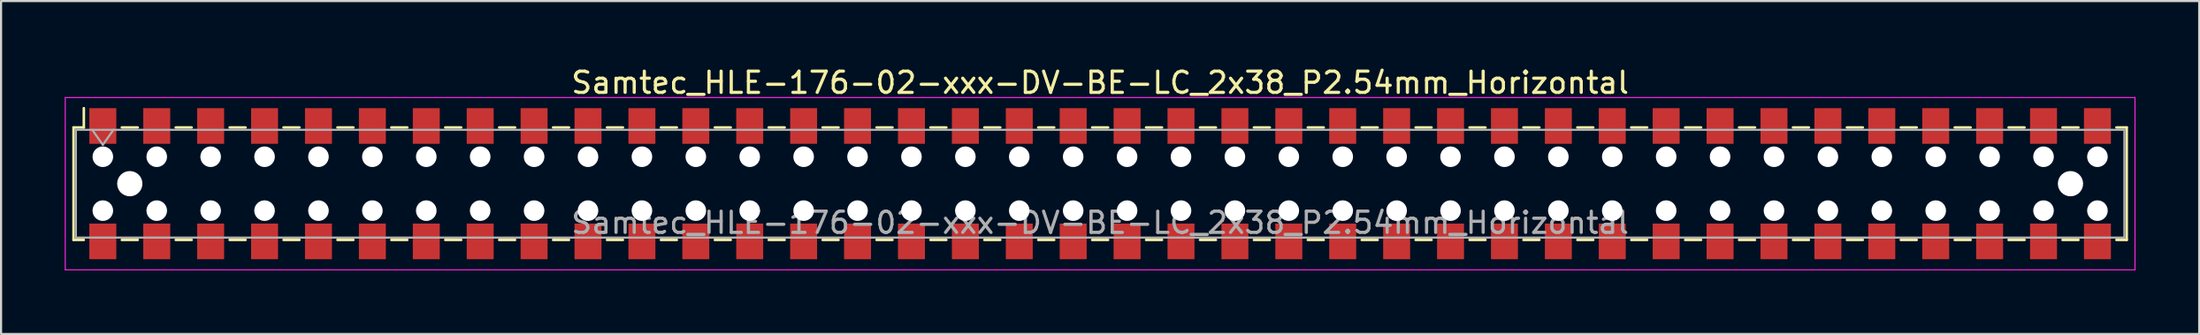
<source format=kicad_pcb>
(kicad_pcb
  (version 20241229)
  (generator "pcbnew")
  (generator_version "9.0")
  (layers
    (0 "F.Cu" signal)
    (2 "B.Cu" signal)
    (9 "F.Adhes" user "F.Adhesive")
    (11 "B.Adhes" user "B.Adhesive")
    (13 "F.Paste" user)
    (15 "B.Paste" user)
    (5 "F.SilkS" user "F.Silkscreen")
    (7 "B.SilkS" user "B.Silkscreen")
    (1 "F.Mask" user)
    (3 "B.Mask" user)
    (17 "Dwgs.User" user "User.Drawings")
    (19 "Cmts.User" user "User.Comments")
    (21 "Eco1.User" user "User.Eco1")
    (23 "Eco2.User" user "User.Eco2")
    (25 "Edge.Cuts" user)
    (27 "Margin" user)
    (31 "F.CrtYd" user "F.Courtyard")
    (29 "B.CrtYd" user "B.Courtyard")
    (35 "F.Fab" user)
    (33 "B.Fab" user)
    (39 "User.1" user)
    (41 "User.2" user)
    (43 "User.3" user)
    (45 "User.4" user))
  (footprint "Samtec_HLE-176-02-xxx-DV-BE-LC_2x38_P2.54mm_Horizontal"
    (layer "F.Cu")
    (at 48.785 5.608)
    (property "Reference" "Samtec_HLE-176-02-xxx-DV-BE-LC_2x38_P2.54mm_Horizontal" (at 0 -4.76 0) (layer "F.SilkS") (effects (font (size 1 1) (thickness 0.15))))
    (attr smd)
    (fp_line (start -48.37 -2.65) (end -48.37 2.65) (stroke (width 0.12) (type solid)) (layer "F.SilkS"))
    (fp_line (start -48.37 2.65) (end -47.885 2.65) (stroke (width 0.12) (type solid)) (layer "F.SilkS"))
    (fp_line (start -47.885 -3.56) (end -47.885 -2.65) (stroke (width 0.12) (type solid)) (layer "F.SilkS"))
    (fp_line (start -47.885 -2.65) (end -48.37 -2.65) (stroke (width 0.12) (type solid)) (layer "F.SilkS"))
    (fp_line (start -46.095 -2.65) (end -45.345 -2.65) (stroke (width 0.12) (type solid)) (layer "F.SilkS"))
    (fp_line (start -46.095 2.65) (end -45.345 2.65) (stroke (width 0.12) (type solid)) (layer "F.SilkS"))
    (fp_line (start -43.555 -2.65) (end -42.805 -2.65) (stroke (width 0.12) (type solid)) (layer "F.SilkS"))
    (fp_line (start -43.555 2.65) (end -42.805 2.65) (stroke (width 0.12) (type solid)) (layer "F.SilkS"))
    (fp_line (start -41.015 -2.65) (end -40.265 -2.65) (stroke (width 0.12) (type solid)) (layer "F.SilkS"))
    (fp_line (start -41.015 2.65) (end -40.265 2.65) (stroke (width 0.12) (type solid)) (layer "F.SilkS"))
    (fp_line (start -38.475 -2.65) (end -37.725 -2.65) (stroke (width 0.12) (type solid)) (layer "F.SilkS"))
    (fp_line (start -38.475 2.65) (end -37.725 2.65) (stroke (width 0.12) (type solid)) (layer "F.SilkS"))
    (fp_line (start -35.935 -2.65) (end -35.185 -2.65) (stroke (width 0.12) (type solid)) (layer "F.SilkS"))
    (fp_line (start -35.935 2.65) (end -35.185 2.65) (stroke (width 0.12) (type solid)) (layer "F.SilkS"))
    (fp_line (start -33.395 -2.65) (end -32.645 -2.65) (stroke (width 0.12) (type solid)) (layer "F.SilkS"))
    (fp_line (start -33.395 2.65) (end -32.645 2.65) (stroke (width 0.12) (type solid)) (layer "F.SilkS"))
    (fp_line (start -30.855 -2.65) (end -30.105 -2.65) (stroke (width 0.12) (type solid)) (layer "F.SilkS"))
    (fp_line (start -30.855 2.65) (end -30.105 2.65) (stroke (width 0.12) (type solid)) (layer "F.SilkS"))
    (fp_line (start -28.315 -2.65) (end -27.565 -2.65) (stroke (width 0.12) (type solid)) (layer "F.SilkS"))
    (fp_line (start -28.315 2.65) (end -27.565 2.65) (stroke (width 0.12) (type solid)) (layer "F.SilkS"))
    (fp_line (start -25.775 -2.65) (end -25.025 -2.65) (stroke (width 0.12) (type solid)) (layer "F.SilkS"))
    (fp_line (start -25.775 2.65) (end -25.025 2.65) (stroke (width 0.12) (type solid)) (layer "F.SilkS"))
    (fp_line (start -23.235 -2.65) (end -22.485 -2.65) (stroke (width 0.12) (type solid)) (layer "F.SilkS"))
    (fp_line (start -23.235 2.65) (end -22.485 2.65) (stroke (width 0.12) (type solid)) (layer "F.SilkS"))
    (fp_line (start -20.695 -2.65) (end -19.945 -2.65) (stroke (width 0.12) (type solid)) (layer "F.SilkS"))
    (fp_line (start -20.695 2.65) (end -19.945 2.65) (stroke (width 0.12) (type solid)) (layer "F.SilkS"))
    (fp_line (start -18.155 -2.65) (end -17.405 -2.65) (stroke (width 0.12) (type solid)) (layer "F.SilkS"))
    (fp_line (start -18.155 2.65) (end -17.405 2.65) (stroke (width 0.12) (type solid)) (layer "F.SilkS"))
    (fp_line (start -15.615 -2.65) (end -14.865 -2.65) (stroke (width 0.12) (type solid)) (layer "F.SilkS"))
    (fp_line (start -15.615 2.65) (end -14.865 2.65) (stroke (width 0.12) (type solid)) (layer "F.SilkS"))
    (fp_line (start -13.075 -2.65) (end -12.325 -2.65) (stroke (width 0.12) (type solid)) (layer "F.SilkS"))
    (fp_line (start -13.075 2.65) (end -12.325 2.65) (stroke (width 0.12) (type solid)) (layer "F.SilkS"))
    (fp_line (start -10.535 -2.65) (end -9.785 -2.65) (stroke (width 0.12) (type solid)) (layer "F.SilkS"))
    (fp_line (start -10.535 2.65) (end -9.785 2.65) (stroke (width 0.12) (type solid)) (layer "F.SilkS"))
    (fp_line (start -7.995 -2.65) (end -7.245 -2.65) (stroke (width 0.12) (type solid)) (layer "F.SilkS"))
    (fp_line (start -7.995 2.65) (end -7.245 2.65) (stroke (width 0.12) (type solid)) (layer "F.SilkS"))
    (fp_line (start -5.455 -2.65) (end -4.705 -2.65) (stroke (width 0.12) (type solid)) (layer "F.SilkS"))
    (fp_line (start -5.455 2.65) (end -4.705 2.65) (stroke (width 0.12) (type solid)) (layer "F.SilkS"))
    (fp_line (start -2.915 -2.65) (end -2.165 -2.65) (stroke (width 0.12) (type solid)) (layer "F.SilkS"))
    (fp_line (start -2.915 2.65) (end -2.165 2.65) (stroke (width 0.12) (type solid)) (layer "F.SilkS"))
    (fp_line (start -0.375 -2.65) (end 0.375 -2.65) (stroke (width 0.12) (type solid)) (layer "F.SilkS"))
    (fp_line (start -0.375 2.65) (end 0.375 2.65) (stroke (width 0.12) (type solid)) (layer "F.SilkS"))
    (fp_line (start 2.165 -2.65) (end 2.915 -2.65) (stroke (width 0.12) (type solid)) (layer "F.SilkS"))
    (fp_line (start 2.165 2.65) (end 2.915 2.65) (stroke (width 0.12) (type solid)) (layer "F.SilkS"))
    (fp_line (start 4.705 -2.65) (end 5.455 -2.65) (stroke (width 0.12) (type solid)) (layer "F.SilkS"))
    (fp_line (start 4.705 2.65) (end 5.455 2.65) (stroke (width 0.12) (type solid)) (layer "F.SilkS"))
    (fp_line (start 7.245 -2.65) (end 7.995 -2.65) (stroke (width 0.12) (type solid)) (layer "F.SilkS"))
    (fp_line (start 7.245 2.65) (end 7.995 2.65) (stroke (width 0.12) (type solid)) (layer "F.SilkS"))
    (fp_line (start 9.785 -2.65) (end 10.535 -2.65) (stroke (width 0.12) (type solid)) (layer "F.SilkS"))
    (fp_line (start 9.785 2.65) (end 10.535 2.65) (stroke (width 0.12) (type solid)) (layer "F.SilkS"))
    (fp_line (start 12.325 -2.65) (end 13.075 -2.65) (stroke (width 0.12) (type solid)) (layer "F.SilkS"))
    (fp_line (start 12.325 2.65) (end 13.075 2.65) (stroke (width 0.12) (type solid)) (layer "F.SilkS"))
    (fp_line (start 14.865 -2.65) (end 15.615 -2.65) (stroke (width 0.12) (type solid)) (layer "F.SilkS"))
    (fp_line (start 14.865 2.65) (end 15.615 2.65) (stroke (width 0.12) (type solid)) (layer "F.SilkS"))
    (fp_line (start 17.405 -2.65) (end 18.155 -2.65) (stroke (width 0.12) (type solid)) (layer "F.SilkS"))
    (fp_line (start 17.405 2.65) (end 18.155 2.65) (stroke (width 0.12) (type solid)) (layer "F.SilkS"))
    (fp_line (start 19.945 -2.65) (end 20.695 -2.65) (stroke (width 0.12) (type solid)) (layer "F.SilkS"))
    (fp_line (start 19.945 2.65) (end 20.695 2.65) (stroke (width 0.12) (type solid)) (layer "F.SilkS"))
    (fp_line (start 22.485 -2.65) (end 23.235 -2.65) (stroke (width 0.12) (type solid)) (layer "F.SilkS"))
    (fp_line (start 22.485 2.65) (end 23.235 2.65) (stroke (width 0.12) (type solid)) (layer "F.SilkS"))
    (fp_line (start 25.025 -2.65) (end 25.775 -2.65) (stroke (width 0.12) (type solid)) (layer "F.SilkS"))
    (fp_line (start 25.025 2.65) (end 25.775 2.65) (stroke (width 0.12) (type solid)) (layer "F.SilkS"))
    (fp_line (start 27.565 -2.65) (end 28.315 -2.65) (stroke (width 0.12) (type solid)) (layer "F.SilkS"))
    (fp_line (start 27.565 2.65) (end 28.315 2.65) (stroke (width 0.12) (type solid)) (layer "F.SilkS"))
    (fp_line (start 30.105 -2.65) (end 30.855 -2.65) (stroke (width 0.12) (type solid)) (layer "F.SilkS"))
    (fp_line (start 30.105 2.65) (end 30.855 2.65) (stroke (width 0.12) (type solid)) (layer "F.SilkS"))
    (fp_line (start 32.645 -2.65) (end 33.395 -2.65) (stroke (width 0.12) (type solid)) (layer "F.SilkS"))
    (fp_line (start 32.645 2.65) (end 33.395 2.65) (stroke (width 0.12) (type solid)) (layer "F.SilkS"))
    (fp_line (start 35.185 -2.65) (end 35.935 -2.65) (stroke (width 0.12) (type solid)) (layer "F.SilkS"))
    (fp_line (start 35.185 2.65) (end 35.935 2.65) (stroke (width 0.12) (type solid)) (layer "F.SilkS"))
    (fp_line (start 37.725 -2.65) (end 38.475 -2.65) (stroke (width 0.12) (type solid)) (layer "F.SilkS"))
    (fp_line (start 37.725 2.65) (end 38.475 2.65) (stroke (width 0.12) (type solid)) (layer "F.SilkS"))
    (fp_line (start 40.265 -2.65) (end 41.015 -2.65) (stroke (width 0.12) (type solid)) (layer "F.SilkS"))
    (fp_line (start 40.265 2.65) (end 41.015 2.65) (stroke (width 0.12) (type solid)) (layer "F.SilkS"))
    (fp_line (start 42.805 -2.65) (end 43.555 -2.65) (stroke (width 0.12) (type solid)) (layer "F.SilkS"))
    (fp_line (start 42.805 2.65) (end 43.555 2.65) (stroke (width 0.12) (type solid)) (layer "F.SilkS"))
    (fp_line (start 45.345 -2.65) (end 46.095 -2.65) (stroke (width 0.12) (type solid)) (layer "F.SilkS"))
    (fp_line (start 45.345 2.65) (end 46.095 2.65) (stroke (width 0.12) (type solid)) (layer "F.SilkS"))
    (fp_line (start 47.885 -2.65) (end 48.37 -2.65) (stroke (width 0.12) (type solid)) (layer "F.SilkS"))
    (fp_line (start 48.37 -2.65) (end 48.37 2.65) (stroke (width 0.12) (type solid)) (layer "F.SilkS"))
    (fp_line (start 48.37 2.65) (end 47.885 2.65) (stroke (width 0.12) (type solid)) (layer "F.SilkS"))
    (fp_line (start -48.76 -4.06) (end 48.76 -4.06) (stroke (width 0.05) (type solid)) (layer "F.CrtYd"))
    (fp_line (start -48.76 4.06) (end -48.76 -4.06) (stroke (width 0.05) (type solid)) (layer "F.CrtYd"))
    (fp_line (start 48.76 -4.06) (end 48.76 4.06) (stroke (width 0.05) (type solid)) (layer "F.CrtYd"))
    (fp_line (start 48.76 4.06) (end -48.76 4.06) (stroke (width 0.05) (type solid)) (layer "F.CrtYd"))
    (fp_line (start -48.26 -2.54) (end 48.26 -2.54) (stroke (width 0.1) (type solid)) (layer "F.Fab"))
    (fp_line (start -48.26 2.54) (end -48.26 -2.54) (stroke (width 0.1) (type solid)) (layer "F.Fab"))
    (fp_line (start -47.49 -2.54) (end -46.99 -1.833) (stroke (width 0.1) (type solid)) (layer "F.Fab"))
    (fp_line (start -46.99 -1.833) (end -46.49 -2.54) (stroke (width 0.1) (type solid)) (layer "F.Fab"))
    (fp_line (start 48.26 -2.54) (end 48.26 2.54) (stroke (width 0.1) (type solid)) (layer "F.Fab"))
    (fp_line (start 48.26 2.54) (end -48.26 2.54) (stroke (width 0.1) (type solid)) (layer "F.Fab"))
    (fp_text user "${REFERENCE}" (at 0 1.84 0) (layer "F.Fab") (effects (font (size 1 1) (thickness 0.15))))
    (pad "" np_thru_hole circle (at -46.99 -1.27) (size 0.97 0.97) (drill 0.97) (layers "*.Cu" "*.Mask"))
    (pad "" np_thru_hole circle (at -46.99 1.27) (size 0.97 0.97) (drill 0.97) (layers "*.Cu" "*.Mask"))
    (pad "" np_thru_hole circle (at -45.72 0) (size 1.19 1.19) (drill 1.19) (layers "*.Cu" "*.Mask"))
    (pad "" np_thru_hole circle (at -44.45 -1.27) (size 0.97 0.97) (drill 0.97) (layers "*.Cu" "*.Mask"))
    (pad "" np_thru_hole circle (at -44.45 1.27) (size 0.97 0.97) (drill 0.97) (layers "*.Cu" "*.Mask"))
    (pad "" np_thru_hole circle (at -41.91 -1.27) (size 0.97 0.97) (drill 0.97) (layers "*.Cu" "*.Mask"))
    (pad "" np_thru_hole circle (at -41.91 1.27) (size 0.97 0.97) (drill 0.97) (layers "*.Cu" "*.Mask"))
    (pad "" np_thru_hole circle (at -39.37 -1.27) (size 0.97 0.97) (drill 0.97) (layers "*.Cu" "*.Mask"))
    (pad "" np_thru_hole circle (at -39.37 1.27) (size 0.97 0.97) (drill 0.97) (layers "*.Cu" "*.Mask"))
    (pad "" np_thru_hole circle (at -36.83 -1.27) (size 0.97 0.97) (drill 0.97) (layers "*.Cu" "*.Mask"))
    (pad "" np_thru_hole circle (at -36.83 1.27) (size 0.97 0.97) (drill 0.97) (layers "*.Cu" "*.Mask"))
    (pad "" np_thru_hole circle (at -34.29 -1.27) (size 0.97 0.97) (drill 0.97) (layers "*.Cu" "*.Mask"))
    (pad "" np_thru_hole circle (at -34.29 1.27) (size 0.97 0.97) (drill 0.97) (layers "*.Cu" "*.Mask"))
    (pad "" np_thru_hole circle (at -31.75 -1.27) (size 0.97 0.97) (drill 0.97) (layers "*.Cu" "*.Mask"))
    (pad "" np_thru_hole circle (at -31.75 1.27) (size 0.97 0.97) (drill 0.97) (layers "*.Cu" "*.Mask"))
    (pad "" np_thru_hole circle (at -29.21 -1.27) (size 0.97 0.97) (drill 0.97) (layers "*.Cu" "*.Mask"))
    (pad "" np_thru_hole circle (at -29.21 1.27) (size 0.97 0.97) (drill 0.97) (layers "*.Cu" "*.Mask"))
    (pad "" np_thru_hole circle (at -26.67 -1.27) (size 0.97 0.97) (drill 0.97) (layers "*.Cu" "*.Mask"))
    (pad "" np_thru_hole circle (at -26.67 1.27) (size 0.97 0.97) (drill 0.97) (layers "*.Cu" "*.Mask"))
    (pad "" np_thru_hole circle (at -24.13 -1.27) (size 0.97 0.97) (drill 0.97) (layers "*.Cu" "*.Mask"))
    (pad "" np_thru_hole circle (at -24.13 1.27) (size 0.97 0.97) (drill 0.97) (layers "*.Cu" "*.Mask"))
    (pad "" np_thru_hole circle (at -21.59 -1.27) (size 0.97 0.97) (drill 0.97) (layers "*.Cu" "*.Mask"))
    (pad "" np_thru_hole circle (at -21.59 1.27) (size 0.97 0.97) (drill 0.97) (layers "*.Cu" "*.Mask"))
    (pad "" np_thru_hole circle (at -19.05 -1.27) (size 0.97 0.97) (drill 0.97) (layers "*.Cu" "*.Mask"))
    (pad "" np_thru_hole circle (at -19.05 1.27) (size 0.97 0.97) (drill 0.97) (layers "*.Cu" "*.Mask"))
    (pad "" np_thru_hole circle (at -16.51 -1.27) (size 0.97 0.97) (drill 0.97) (layers "*.Cu" "*.Mask"))
    (pad "" np_thru_hole circle (at -16.51 1.27) (size 0.97 0.97) (drill 0.97) (layers "*.Cu" "*.Mask"))
    (pad "" np_thru_hole circle (at -13.97 -1.27) (size 0.97 0.97) (drill 0.97) (layers "*.Cu" "*.Mask"))
    (pad "" np_thru_hole circle (at -13.97 1.27) (size 0.97 0.97) (drill 0.97) (layers "*.Cu" "*.Mask"))
    (pad "" np_thru_hole circle (at -11.43 -1.27) (size 0.97 0.97) (drill 0.97) (layers "*.Cu" "*.Mask"))
    (pad "" np_thru_hole circle (at -11.43 1.27) (size 0.97 0.97) (drill 0.97) (layers "*.Cu" "*.Mask"))
    (pad "" np_thru_hole circle (at -8.89 -1.27) (size 0.97 0.97) (drill 0.97) (layers "*.Cu" "*.Mask"))
    (pad "" np_thru_hole circle (at -8.89 1.27) (size 0.97 0.97) (drill 0.97) (layers "*.Cu" "*.Mask"))
    (pad "" np_thru_hole circle (at -6.35 -1.27) (size 0.97 0.97) (drill 0.97) (layers "*.Cu" "*.Mask"))
    (pad "" np_thru_hole circle (at -6.35 1.27) (size 0.97 0.97) (drill 0.97) (layers "*.Cu" "*.Mask"))
    (pad "" np_thru_hole circle (at -3.81 -1.27) (size 0.97 0.97) (drill 0.97) (layers "*.Cu" "*.Mask"))
    (pad "" np_thru_hole circle (at -3.81 1.27) (size 0.97 0.97) (drill 0.97) (layers "*.Cu" "*.Mask"))
    (pad "" np_thru_hole circle (at -1.27 -1.27) (size 0.97 0.97) (drill 0.97) (layers "*.Cu" "*.Mask"))
    (pad "" np_thru_hole circle (at -1.27 1.27) (size 0.97 0.97) (drill 0.97) (layers "*.Cu" "*.Mask"))
    (pad "" np_thru_hole circle (at 1.27 -1.27) (size 0.97 0.97) (drill 0.97) (layers "*.Cu" "*.Mask"))
    (pad "" np_thru_hole circle (at 1.27 1.27) (size 0.97 0.97) (drill 0.97) (layers "*.Cu" "*.Mask"))
    (pad "" np_thru_hole circle (at 3.81 -1.27) (size 0.97 0.97) (drill 0.97) (layers "*.Cu" "*.Mask"))
    (pad "" np_thru_hole circle (at 3.81 1.27) (size 0.97 0.97) (drill 0.97) (layers "*.Cu" "*.Mask"))
    (pad "" np_thru_hole circle (at 6.35 -1.27) (size 0.97 0.97) (drill 0.97) (layers "*.Cu" "*.Mask"))
    (pad "" np_thru_hole circle (at 6.35 1.27) (size 0.97 0.97) (drill 0.97) (layers "*.Cu" "*.Mask"))
    (pad "" np_thru_hole circle (at 8.89 -1.27) (size 0.97 0.97) (drill 0.97) (layers "*.Cu" "*.Mask"))
    (pad "" np_thru_hole circle (at 8.89 1.27) (size 0.97 0.97) (drill 0.97) (layers "*.Cu" "*.Mask"))
    (pad "" np_thru_hole circle (at 11.43 -1.27) (size 0.97 0.97) (drill 0.97) (layers "*.Cu" "*.Mask"))
    (pad "" np_thru_hole circle (at 11.43 1.27) (size 0.97 0.97) (drill 0.97) (layers "*.Cu" "*.Mask"))
    (pad "" np_thru_hole circle (at 13.97 -1.27) (size 0.97 0.97) (drill 0.97) (layers "*.Cu" "*.Mask"))
    (pad "" np_thru_hole circle (at 13.97 1.27) (size 0.97 0.97) (drill 0.97) (layers "*.Cu" "*.Mask"))
    (pad "" np_thru_hole circle (at 16.51 -1.27) (size 0.97 0.97) (drill 0.97) (layers "*.Cu" "*.Mask"))
    (pad "" np_thru_hole circle (at 16.51 1.27) (size 0.97 0.97) (drill 0.97) (layers "*.Cu" "*.Mask"))
    (pad "" np_thru_hole circle (at 19.05 -1.27) (size 0.97 0.97) (drill 0.97) (layers "*.Cu" "*.Mask"))
    (pad "" np_thru_hole circle (at 19.05 1.27) (size 0.97 0.97) (drill 0.97) (layers "*.Cu" "*.Mask"))
    (pad "" np_thru_hole circle (at 21.59 -1.27) (size 0.97 0.97) (drill 0.97) (layers "*.Cu" "*.Mask"))
    (pad "" np_thru_hole circle (at 21.59 1.27) (size 0.97 0.97) (drill 0.97) (layers "*.Cu" "*.Mask"))
    (pad "" np_thru_hole circle (at 24.13 -1.27) (size 0.97 0.97) (drill 0.97) (layers "*.Cu" "*.Mask"))
    (pad "" np_thru_hole circle (at 24.13 1.27) (size 0.97 0.97) (drill 0.97) (layers "*.Cu" "*.Mask"))
    (pad "" np_thru_hole circle (at 26.67 -1.27) (size 0.97 0.97) (drill 0.97) (layers "*.Cu" "*.Mask"))
    (pad "" np_thru_hole circle (at 26.67 1.27) (size 0.97 0.97) (drill 0.97) (layers "*.Cu" "*.Mask"))
    (pad "" np_thru_hole circle (at 29.21 -1.27) (size 0.97 0.97) (drill 0.97) (layers "*.Cu" "*.Mask"))
    (pad "" np_thru_hole circle (at 29.21 1.27) (size 0.97 0.97) (drill 0.97) (layers "*.Cu" "*.Mask"))
    (pad "" np_thru_hole circle (at 31.75 -1.27) (size 0.97 0.97) (drill 0.97) (layers "*.Cu" "*.Mask"))
    (pad "" np_thru_hole circle (at 31.75 1.27) (size 0.97 0.97) (drill 0.97) (layers "*.Cu" "*.Mask"))
    (pad "" np_thru_hole circle (at 34.29 -1.27) (size 0.97 0.97) (drill 0.97) (layers "*.Cu" "*.Mask"))
    (pad "" np_thru_hole circle (at 34.29 1.27) (size 0.97 0.97) (drill 0.97) (layers "*.Cu" "*.Mask"))
    (pad "" np_thru_hole circle (at 36.83 -1.27) (size 0.97 0.97) (drill 0.97) (layers "*.Cu" "*.Mask"))
    (pad "" np_thru_hole circle (at 36.83 1.27) (size 0.97 0.97) (drill 0.97) (layers "*.Cu" "*.Mask"))
    (pad "" np_thru_hole circle (at 39.37 -1.27) (size 0.97 0.97) (drill 0.97) (layers "*.Cu" "*.Mask"))
    (pad "" np_thru_hole circle (at 39.37 1.27) (size 0.97 0.97) (drill 0.97) (layers "*.Cu" "*.Mask"))
    (pad "" np_thru_hole circle (at 41.91 -1.27) (size 0.97 0.97) (drill 0.97) (layers "*.Cu" "*.Mask"))
    (pad "" np_thru_hole circle (at 41.91 1.27) (size 0.97 0.97) (drill 0.97) (layers "*.Cu" "*.Mask"))
    (pad "" np_thru_hole circle (at 44.45 -1.27) (size 0.97 0.97) (drill 0.97) (layers "*.Cu" "*.Mask"))
    (pad "" np_thru_hole circle (at 44.45 1.27) (size 0.97 0.97) (drill 0.97) (layers "*.Cu" "*.Mask"))
    (pad "" np_thru_hole circle (at 45.72 0) (size 1.19 1.19) (drill 1.19) (layers "*.Cu" "*.Mask"))
    (pad "" np_thru_hole circle (at 46.99 -1.27) (size 0.97 0.97) (drill 0.97) (layers "*.Cu" "*.Mask"))
    (pad "" np_thru_hole circle (at 46.99 1.27) (size 0.97 0.97) (drill 0.97) (layers "*.Cu" "*.Mask"))
    (pad "1" smd rect (at -46.99 -2.72) (size 1.27 1.68) (layers "F.Cu" "F.Mask" "F.Paste"))
    (pad "2" smd rect (at -46.99 2.72) (size 1.27 1.68) (layers "F.Cu" "F.Mask" "F.Paste"))
    (pad "3" smd rect (at -44.45 -2.72) (size 1.27 1.68) (layers "F.Cu" "F.Mask" "F.Paste"))
    (pad "4" smd rect (at -44.45 2.72) (size 1.27 1.68) (layers "F.Cu" "F.Mask" "F.Paste"))
    (pad "5" smd rect (at -41.91 -2.72) (size 1.27 1.68) (layers "F.Cu" "F.Mask" "F.Paste"))
    (pad "6" smd rect (at -41.91 2.72) (size 1.27 1.68) (layers "F.Cu" "F.Mask" "F.Paste"))
    (pad "7" smd rect (at -39.37 -2.72) (size 1.27 1.68) (layers "F.Cu" "F.Mask" "F.Paste"))
    (pad "8" smd rect (at -39.37 2.72) (size 1.27 1.68) (layers "F.Cu" "F.Mask" "F.Paste"))
    (pad "9" smd rect (at -36.83 -2.72) (size 1.27 1.68) (layers "F.Cu" "F.Mask" "F.Paste"))
    (pad "10" smd rect (at -36.83 2.72) (size 1.27 1.68) (layers "F.Cu" "F.Mask" "F.Paste"))
    (pad "11" smd rect (at -34.29 -2.72) (size 1.27 1.68) (layers "F.Cu" "F.Mask" "F.Paste"))
    (pad "12" smd rect (at -34.29 2.72) (size 1.27 1.68) (layers "F.Cu" "F.Mask" "F.Paste"))
    (pad "13" smd rect (at -31.75 -2.72) (size 1.27 1.68) (layers "F.Cu" "F.Mask" "F.Paste"))
    (pad "14" smd rect (at -31.75 2.72) (size 1.27 1.68) (layers "F.Cu" "F.Mask" "F.Paste"))
    (pad "15" smd rect (at -29.21 -2.72) (size 1.27 1.68) (layers "F.Cu" "F.Mask" "F.Paste"))
    (pad "16" smd rect (at -29.21 2.72) (size 1.27 1.68) (layers "F.Cu" "F.Mask" "F.Paste"))
    (pad "17" smd rect (at -26.67 -2.72) (size 1.27 1.68) (layers "F.Cu" "F.Mask" "F.Paste"))
    (pad "18" smd rect (at -26.67 2.72) (size 1.27 1.68) (layers "F.Cu" "F.Mask" "F.Paste"))
    (pad "19" smd rect (at -24.13 -2.72) (size 1.27 1.68) (layers "F.Cu" "F.Mask" "F.Paste"))
    (pad "20" smd rect (at -24.13 2.72) (size 1.27 1.68) (layers "F.Cu" "F.Mask" "F.Paste"))
    (pad "21" smd rect (at -21.59 -2.72) (size 1.27 1.68) (layers "F.Cu" "F.Mask" "F.Paste"))
    (pad "22" smd rect (at -21.59 2.72) (size 1.27 1.68) (layers "F.Cu" "F.Mask" "F.Paste"))
    (pad "23" smd rect (at -19.05 -2.72) (size 1.27 1.68) (layers "F.Cu" "F.Mask" "F.Paste"))
    (pad "24" smd rect (at -19.05 2.72) (size 1.27 1.68) (layers "F.Cu" "F.Mask" "F.Paste"))
    (pad "25" smd rect (at -16.51 -2.72) (size 1.27 1.68) (layers "F.Cu" "F.Mask" "F.Paste"))
    (pad "26" smd rect (at -16.51 2.72) (size 1.27 1.68) (layers "F.Cu" "F.Mask" "F.Paste"))
    (pad "27" smd rect (at -13.97 -2.72) (size 1.27 1.68) (layers "F.Cu" "F.Mask" "F.Paste"))
    (pad "28" smd rect (at -13.97 2.72) (size 1.27 1.68) (layers "F.Cu" "F.Mask" "F.Paste"))
    (pad "29" smd rect (at -11.43 -2.72) (size 1.27 1.68) (layers "F.Cu" "F.Mask" "F.Paste"))
    (pad "30" smd rect (at -11.43 2.72) (size 1.27 1.68) (layers "F.Cu" "F.Mask" "F.Paste"))
    (pad "31" smd rect (at -8.89 -2.72) (size 1.27 1.68) (layers "F.Cu" "F.Mask" "F.Paste"))
    (pad "32" smd rect (at -8.89 2.72) (size 1.27 1.68) (layers "F.Cu" "F.Mask" "F.Paste"))
    (pad "33" smd rect (at -6.35 -2.72) (size 1.27 1.68) (layers "F.Cu" "F.Mask" "F.Paste"))
    (pad "34" smd rect (at -6.35 2.72) (size 1.27 1.68) (layers "F.Cu" "F.Mask" "F.Paste"))
    (pad "35" smd rect (at -3.81 -2.72) (size 1.27 1.68) (layers "F.Cu" "F.Mask" "F.Paste"))
    (pad "36" smd rect (at -3.81 2.72) (size 1.27 1.68) (layers "F.Cu" "F.Mask" "F.Paste"))
    (pad "37" smd rect (at -1.27 -2.72) (size 1.27 1.68) (layers "F.Cu" "F.Mask" "F.Paste"))
    (pad "38" smd rect (at -1.27 2.72) (size 1.27 1.68) (layers "F.Cu" "F.Mask" "F.Paste"))
    (pad "39" smd rect (at 1.27 -2.72) (size 1.27 1.68) (layers "F.Cu" "F.Mask" "F.Paste"))
    (pad "40" smd rect (at 1.27 2.72) (size 1.27 1.68) (layers "F.Cu" "F.Mask" "F.Paste"))
    (pad "41" smd rect (at 3.81 -2.72) (size 1.27 1.68) (layers "F.Cu" "F.Mask" "F.Paste"))
    (pad "42" smd rect (at 3.81 2.72) (size 1.27 1.68) (layers "F.Cu" "F.Mask" "F.Paste"))
    (pad "43" smd rect (at 6.35 -2.72) (size 1.27 1.68) (layers "F.Cu" "F.Mask" "F.Paste"))
    (pad "44" smd rect (at 6.35 2.72) (size 1.27 1.68) (layers "F.Cu" "F.Mask" "F.Paste"))
    (pad "45" smd rect (at 8.89 -2.72) (size 1.27 1.68) (layers "F.Cu" "F.Mask" "F.Paste"))
    (pad "46" smd rect (at 8.89 2.72) (size 1.27 1.68) (layers "F.Cu" "F.Mask" "F.Paste"))
    (pad "47" smd rect (at 11.43 -2.72) (size 1.27 1.68) (layers "F.Cu" "F.Mask" "F.Paste"))
    (pad "48" smd rect (at 11.43 2.72) (size 1.27 1.68) (layers "F.Cu" "F.Mask" "F.Paste"))
    (pad "49" smd rect (at 13.97 -2.72) (size 1.27 1.68) (layers "F.Cu" "F.Mask" "F.Paste"))
    (pad "50" smd rect (at 13.97 2.72) (size 1.27 1.68) (layers "F.Cu" "F.Mask" "F.Paste"))
    (pad "51" smd rect (at 16.51 -2.72) (size 1.27 1.68) (layers "F.Cu" "F.Mask" "F.Paste"))
    (pad "52" smd rect (at 16.51 2.72) (size 1.27 1.68) (layers "F.Cu" "F.Mask" "F.Paste"))
    (pad "53" smd rect (at 19.05 -2.72) (size 1.27 1.68) (layers "F.Cu" "F.Mask" "F.Paste"))
    (pad "54" smd rect (at 19.05 2.72) (size 1.27 1.68) (layers "F.Cu" "F.Mask" "F.Paste"))
    (pad "55" smd rect (at 21.59 -2.72) (size 1.27 1.68) (layers "F.Cu" "F.Mask" "F.Paste"))
    (pad "56" smd rect (at 21.59 2.72) (size 1.27 1.68) (layers "F.Cu" "F.Mask" "F.Paste"))
    (pad "57" smd rect (at 24.13 -2.72) (size 1.27 1.68) (layers "F.Cu" "F.Mask" "F.Paste"))
    (pad "58" smd rect (at 24.13 2.72) (size 1.27 1.68) (layers "F.Cu" "F.Mask" "F.Paste"))
    (pad "59" smd rect (at 26.67 -2.72) (size 1.27 1.68) (layers "F.Cu" "F.Mask" "F.Paste"))
    (pad "60" smd rect (at 26.67 2.72) (size 1.27 1.68) (layers "F.Cu" "F.Mask" "F.Paste"))
    (pad "61" smd rect (at 29.21 -2.72) (size 1.27 1.68) (layers "F.Cu" "F.Mask" "F.Paste"))
    (pad "62" smd rect (at 29.21 2.72) (size 1.27 1.68) (layers "F.Cu" "F.Mask" "F.Paste"))
    (pad "63" smd rect (at 31.75 -2.72) (size 1.27 1.68) (layers "F.Cu" "F.Mask" "F.Paste"))
    (pad "64" smd rect (at 31.75 2.72) (size 1.27 1.68) (layers "F.Cu" "F.Mask" "F.Paste"))
    (pad "65" smd rect (at 34.29 -2.72) (size 1.27 1.68) (layers "F.Cu" "F.Mask" "F.Paste"))
    (pad "66" smd rect (at 34.29 2.72) (size 1.27 1.68) (layers "F.Cu" "F.Mask" "F.Paste"))
    (pad "67" smd rect (at 36.83 -2.72) (size 1.27 1.68) (layers "F.Cu" "F.Mask" "F.Paste"))
    (pad "68" smd rect (at 36.83 2.72) (size 1.27 1.68) (layers "F.Cu" "F.Mask" "F.Paste"))
    (pad "69" smd rect (at 39.37 -2.72) (size 1.27 1.68) (layers "F.Cu" "F.Mask" "F.Paste"))
    (pad "70" smd rect (at 39.37 2.72) (size 1.27 1.68) (layers "F.Cu" "F.Mask" "F.Paste"))
    (pad "71" smd rect (at 41.91 -2.72) (size 1.27 1.68) (layers "F.Cu" "F.Mask" "F.Paste"))
    (pad "72" smd rect (at 41.91 2.72) (size 1.27 1.68) (layers "F.Cu" "F.Mask" "F.Paste"))
    (pad "73" smd rect (at 44.45 -2.72) (size 1.27 1.68) (layers "F.Cu" "F.Mask" "F.Paste"))
    (pad "74" smd rect (at 44.45 2.72) (size 1.27 1.68) (layers "F.Cu" "F.Mask" "F.Paste"))
    (pad "75" smd rect (at 46.99 -2.72) (size 1.27 1.68) (layers "F.Cu" "F.Mask" "F.Paste"))
    (pad "76" smd rect (at 46.99 2.72) (size 1.27 1.68) (layers "F.Cu" "F.Mask" "F.Paste")))
  (gr_rect
    (start -3 -3)
    (end 100.57 12.693)
    (stroke (width 0.1) (type default))
    (fill no)
    (layer "Edge.Cuts")))
</source>
